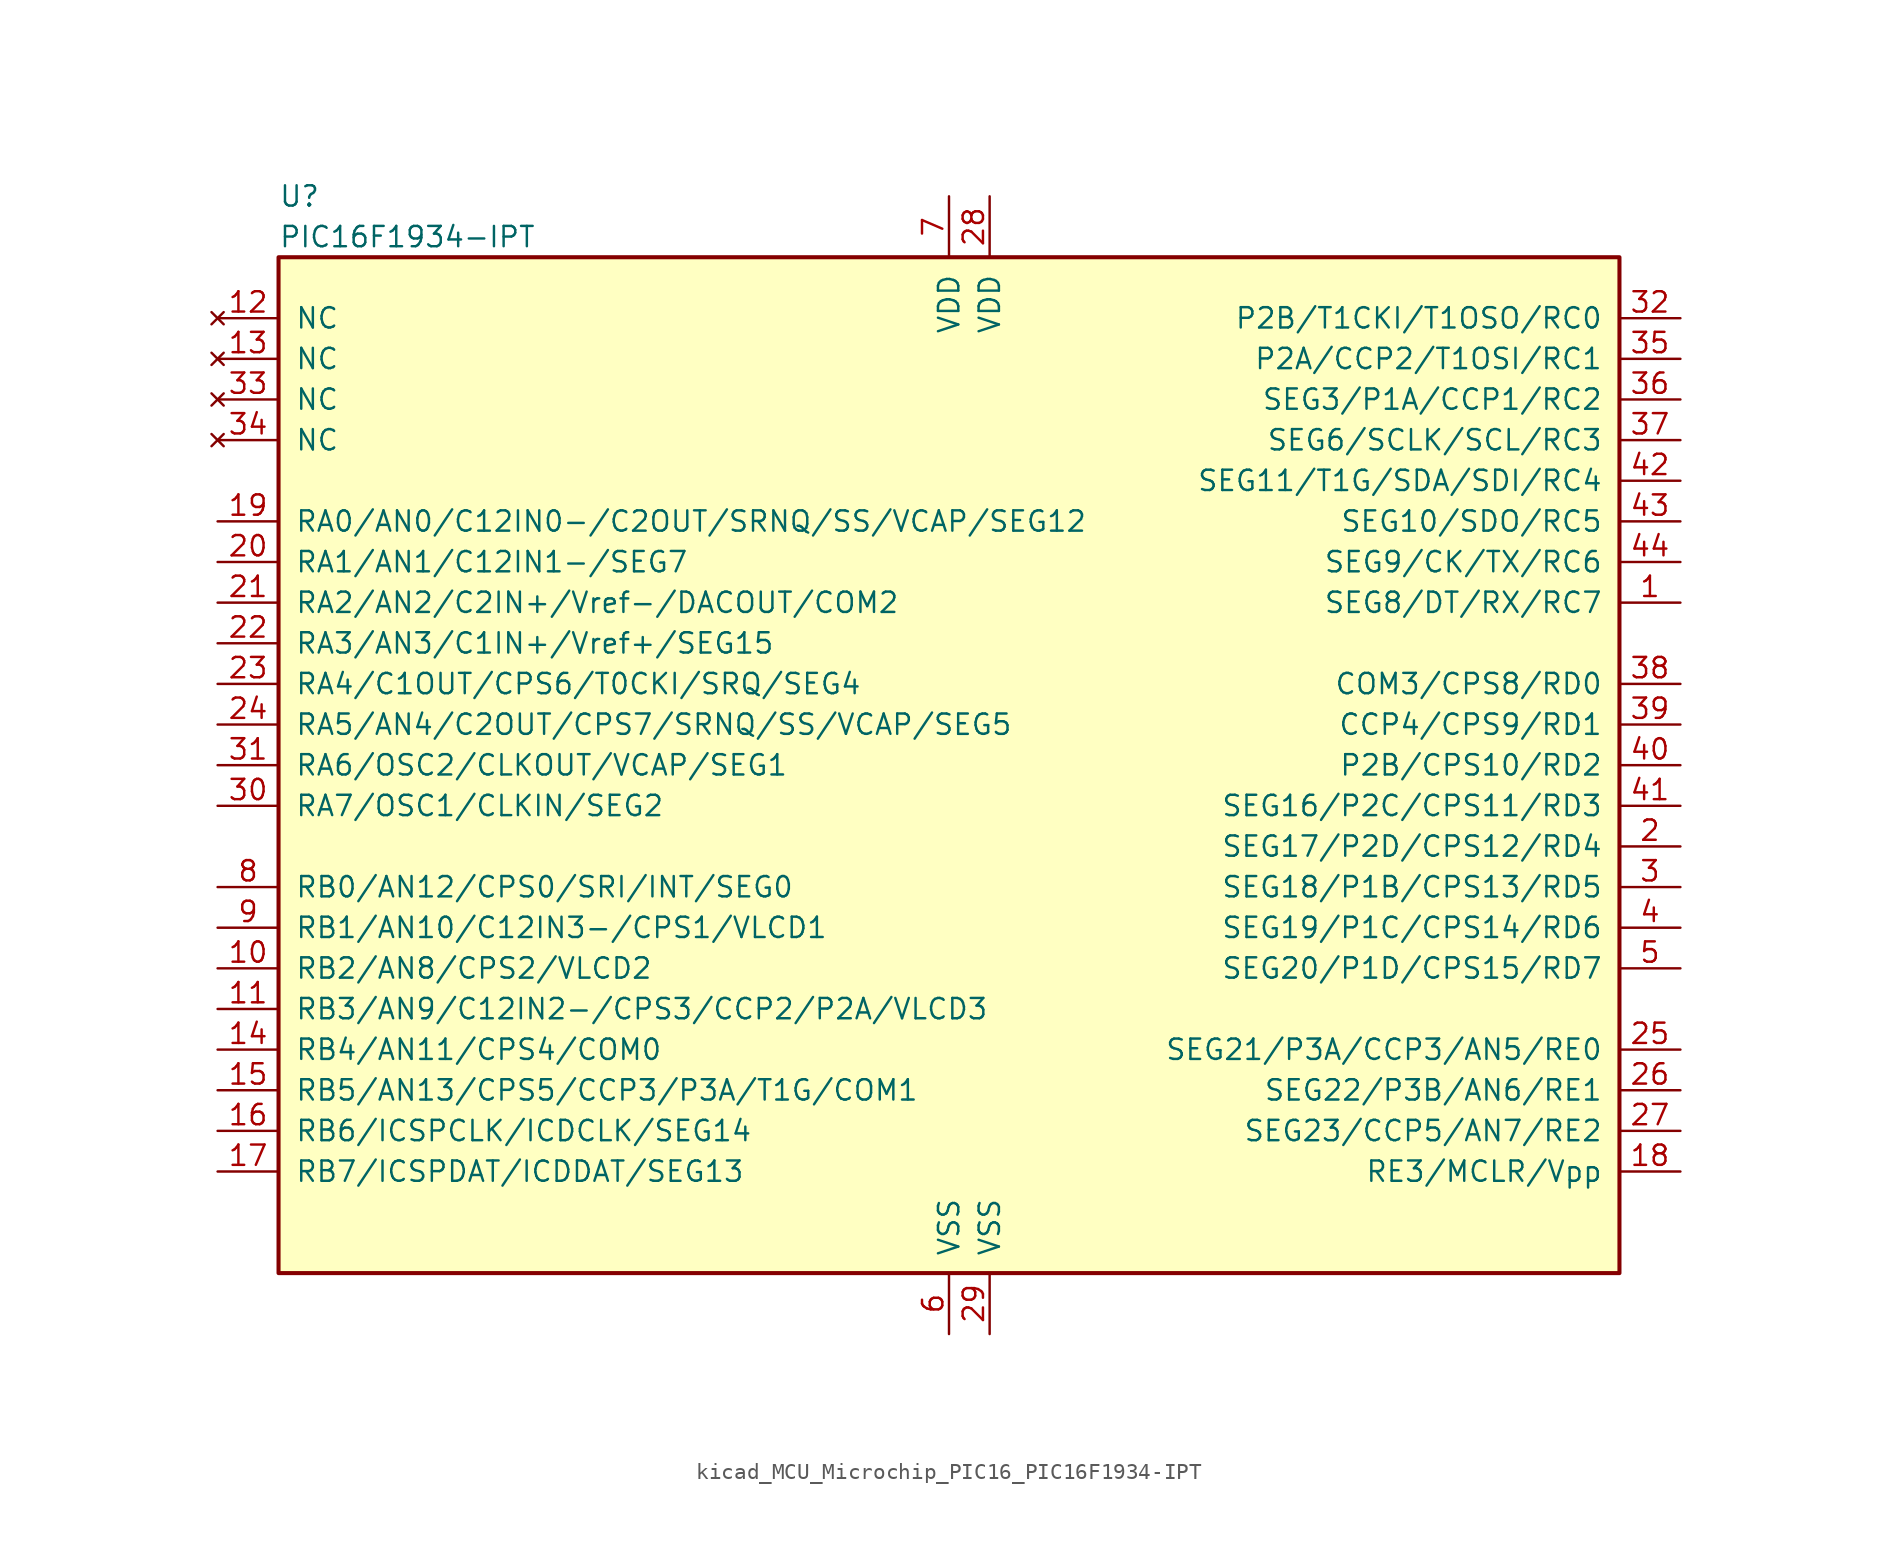
<source format=kicad_sym>
(kicad_symbol_lib
  (version 20220914)
  (generator kicad_symbol_editor)
  (symbol "kicad_MCU_Microchip_PIC16_PIC16F1934-IPT"
    (pin_names
      (offset 1.016))
    (property "Reference" "U"
      (at -41.91 35.56 0)
      (effects (font (size 1.27 1.27)) (justify left)))
    (property "Value" "PIC16F1934-IPT"
      (at -41.91 33.02 0)
      (effects (font (size 1.27 1.27)) (justify left)))
    (symbol "kicad_MCU_Microchip_PIC16_PIC16F1934-IPT_0_1"
      (rectangle (start -41.91 31.75) (end 41.91 -31.75) (stroke (width 0.254) (type default)) (fill (type background))))
    (symbol "kicad_MCU_Microchip_PIC16_PIC16F1934-IPT_1_1"
      (pin bidirectional line (at 45.72 10.16 180) (length 3.81) (name "SEG8/DT/RX/RC7" (effects (font (size 1.27 1.27)))) (number "1" (effects (font (size 1.27 1.27)))))
      (pin bidirectional line (at -45.72 -12.7 0) (length 3.81) (name "RB2/AN8/CPS2/VLCD2" (effects (font (size 1.27 1.27)))) (number "10" (effects (font (size 1.27 1.27)))))
      (pin bidirectional line (at -45.72 -15.24 0) (length 3.81) (name "RB3/AN9/C12IN2-/CPS3/CCP2/P2A/VLCD3" (effects (font (size 1.27 1.27)))) (number "11" (effects (font (size 1.27 1.27)))))
      (pin no_connect line (at -45.72 27.94 0) (length 3.81) (name "NC" (effects (font (size 1.27 1.27)))) (number "12" (effects (font (size 1.27 1.27)))))
      (pin no_connect line (at -45.72 25.4 0) (length 3.81) (name "NC" (effects (font (size 1.27 1.27)))) (number "13" (effects (font (size 1.27 1.27)))))
      (pin bidirectional line (at -45.72 -17.78 0) (length 3.81) (name "RB4/AN11/CPS4/COM0" (effects (font (size 1.27 1.27)))) (number "14" (effects (font (size 1.27 1.27)))))
      (pin bidirectional line (at -45.72 -20.32 0) (length 3.81) (name "RB5/AN13/CPS5/CCP3/P3A/T1G/COM1" (effects (font (size 1.27 1.27)))) (number "15" (effects (font (size 1.27 1.27)))))
      (pin bidirectional line (at -45.72 -22.86 0) (length 3.81) (name "RB6/ICSPCLK/ICDCLK/SEG14" (effects (font (size 1.27 1.27)))) (number "16" (effects (font (size 1.27 1.27)))))
      (pin bidirectional line (at -45.72 -25.4 0) (length 3.81) (name "RB7/ICSPDAT/ICDDAT/SEG13" (effects (font (size 1.27 1.27)))) (number "17" (effects (font (size 1.27 1.27)))))
      (pin bidirectional line (at 45.72 -25.4 180) (length 3.81) (name "RE3/MCLR/Vpp" (effects (font (size 1.27 1.27)))) (number "18" (effects (font (size 1.27 1.27)))))
      (pin bidirectional line (at -45.72 15.24 0) (length 3.81) (name "RA0/AN0/C12IN0-/C2OUT/SRNQ/SS/VCAP/SEG12" (effects (font (size 1.27 1.27)))) (number "19" (effects (font (size 1.27 1.27)))))
      (pin bidirectional line (at 45.72 -5.08 180) (length 3.81) (name "SEG17/P2D/CPS12/RD4" (effects (font (size 1.27 1.27)))) (number "2" (effects (font (size 1.27 1.27)))))
      (pin bidirectional line (at -45.72 12.7 0) (length 3.81) (name "RA1/AN1/C12IN1-/SEG7" (effects (font (size 1.27 1.27)))) (number "20" (effects (font (size 1.27 1.27)))))
      (pin bidirectional line (at -45.72 10.16 0) (length 3.81) (name "RA2/AN2/C2IN+/Vref-/DACOUT/COM2" (effects (font (size 1.27 1.27)))) (number "21" (effects (font (size 1.27 1.27)))))
      (pin bidirectional line (at -45.72 7.62 0) (length 3.81) (name "RA3/AN3/C1IN+/Vref+/SEG15" (effects (font (size 1.27 1.27)))) (number "22" (effects (font (size 1.27 1.27)))))
      (pin bidirectional line (at -45.72 5.08 0) (length 3.81) (name "RA4/C1OUT/CPS6/T0CKI/SRQ/SEG4" (effects (font (size 1.27 1.27)))) (number "23" (effects (font (size 1.27 1.27)))))
      (pin bidirectional line (at -45.72 2.54 0) (length 3.81) (name "RA5/AN4/C2OUT/CPS7/SRNQ/SS/VCAP/SEG5" (effects (font (size 1.27 1.27)))) (number "24" (effects (font (size 1.27 1.27)))))
      (pin bidirectional line (at 45.72 -17.78 180) (length 3.81) (name "SEG21/P3A/CCP3/AN5/RE0" (effects (font (size 1.27 1.27)))) (number "25" (effects (font (size 1.27 1.27)))))
      (pin bidirectional line (at 45.72 -20.32 180) (length 3.81) (name "SEG22/P3B/AN6/RE1" (effects (font (size 1.27 1.27)))) (number "26" (effects (font (size 1.27 1.27)))))
      (pin bidirectional line (at 45.72 -22.86 180) (length 3.81) (name "SEG23/CCP5/AN7/RE2" (effects (font (size 1.27 1.27)))) (number "27" (effects (font (size 1.27 1.27)))))
      (pin power_in line (at 2.54 35.56 270) (length 3.81) (name "VDD" (effects (font (size 1.27 1.27)))) (number "28" (effects (font (size 1.27 1.27)))))
      (pin power_in line (at 2.54 -35.56 90) (length 3.81) (name "VSS" (effects (font (size 1.27 1.27)))) (number "29" (effects (font (size 1.27 1.27)))))
      (pin bidirectional line (at 45.72 -7.62 180) (length 3.81) (name "SEG18/P1B/CPS13/RD5" (effects (font (size 1.27 1.27)))) (number "3" (effects (font (size 1.27 1.27)))))
      (pin bidirectional line (at -45.72 -2.54 0) (length 3.81) (name "RA7/OSC1/CLKIN/SEG2" (effects (font (size 1.27 1.27)))) (number "30" (effects (font (size 1.27 1.27)))))
      (pin bidirectional line (at -45.72 0 0) (length 3.81) (name "RA6/OSC2/CLKOUT/VCAP/SEG1" (effects (font (size 1.27 1.27)))) (number "31" (effects (font (size 1.27 1.27)))))
      (pin bidirectional line (at 45.72 27.94 180) (length 3.81) (name "P2B/T1CKI/T1OSO/RC0" (effects (font (size 1.27 1.27)))) (number "32" (effects (font (size 1.27 1.27)))))
      (pin no_connect line (at -45.72 22.86 0) (length 3.81) (name "NC" (effects (font (size 1.27 1.27)))) (number "33" (effects (font (size 1.27 1.27)))))
      (pin no_connect line (at -45.72 20.32 0) (length 3.81) (name "NC" (effects (font (size 1.27 1.27)))) (number "34" (effects (font (size 1.27 1.27)))))
      (pin bidirectional line (at 45.72 25.4 180) (length 3.81) (name "P2A/CCP2/T1OSI/RC1" (effects (font (size 1.27 1.27)))) (number "35" (effects (font (size 1.27 1.27)))))
      (pin bidirectional line (at 45.72 22.86 180) (length 3.81) (name "SEG3/P1A/CCP1/RC2" (effects (font (size 1.27 1.27)))) (number "36" (effects (font (size 1.27 1.27)))))
      (pin bidirectional line (at 45.72 20.32 180) (length 3.81) (name "SEG6/SCLK/SCL/RC3" (effects (font (size 1.27 1.27)))) (number "37" (effects (font (size 1.27 1.27)))))
      (pin bidirectional line (at 45.72 5.08 180) (length 3.81) (name "COM3/CPS8/RD0" (effects (font (size 1.27 1.27)))) (number "38" (effects (font (size 1.27 1.27)))))
      (pin bidirectional line (at 45.72 2.54 180) (length 3.81) (name "CCP4/CPS9/RD1" (effects (font (size 1.27 1.27)))) (number "39" (effects (font (size 1.27 1.27)))))
      (pin bidirectional line (at 45.72 -10.16 180) (length 3.81) (name "SEG19/P1C/CPS14/RD6" (effects (font (size 1.27 1.27)))) (number "4" (effects (font (size 1.27 1.27)))))
      (pin bidirectional line (at 45.72 0 180) (length 3.81) (name "P2B/CPS10/RD2" (effects (font (size 1.27 1.27)))) (number "40" (effects (font (size 1.27 1.27)))))
      (pin bidirectional line (at 45.72 -2.54 180) (length 3.81) (name "SEG16/P2C/CPS11/RD3" (effects (font (size 1.27 1.27)))) (number "41" (effects (font (size 1.27 1.27)))))
      (pin bidirectional line (at 45.72 17.78 180) (length 3.81) (name "SEG11/T1G/SDA/SDI/RC4" (effects (font (size 1.27 1.27)))) (number "42" (effects (font (size 1.27 1.27)))))
      (pin bidirectional line (at 45.72 15.24 180) (length 3.81) (name "SEG10/SDO/RC5" (effects (font (size 1.27 1.27)))) (number "43" (effects (font (size 1.27 1.27)))))
      (pin bidirectional line (at 45.72 12.7 180) (length 3.81) (name "SEG9/CK/TX/RC6" (effects (font (size 1.27 1.27)))) (number "44" (effects (font (size 1.27 1.27)))))
      (pin bidirectional line (at 45.72 -12.7 180) (length 3.81) (name "SEG20/P1D/CPS15/RD7" (effects (font (size 1.27 1.27)))) (number "5" (effects (font (size 1.27 1.27)))))
      (pin bidirectional line (at 0 -35.56 90) (length 3.81) (name "VSS" (effects (font (size 1.27 1.27)))) (number "6" (effects (font (size 1.27 1.27)))))
      (pin bidirectional line (at 0 35.56 270) (length 3.81) (name "VDD" (effects (font (size 1.27 1.27)))) (number "7" (effects (font (size 1.27 1.27)))))
      (pin bidirectional line (at -45.72 -7.62 0) (length 3.81) (name "RB0/AN12/CPS0/SRI/INT/SEG0" (effects (font (size 1.27 1.27)))) (number "8" (effects (font (size 1.27 1.27)))))
      (pin bidirectional line (at -45.72 -10.16 0) (length 3.81) (name "RB1/AN10/C12IN3-/CPS1/VLCD1" (effects (font (size 1.27 1.27)))) (number "9" (effects (font (size 1.27 1.27))))))))
</source>
